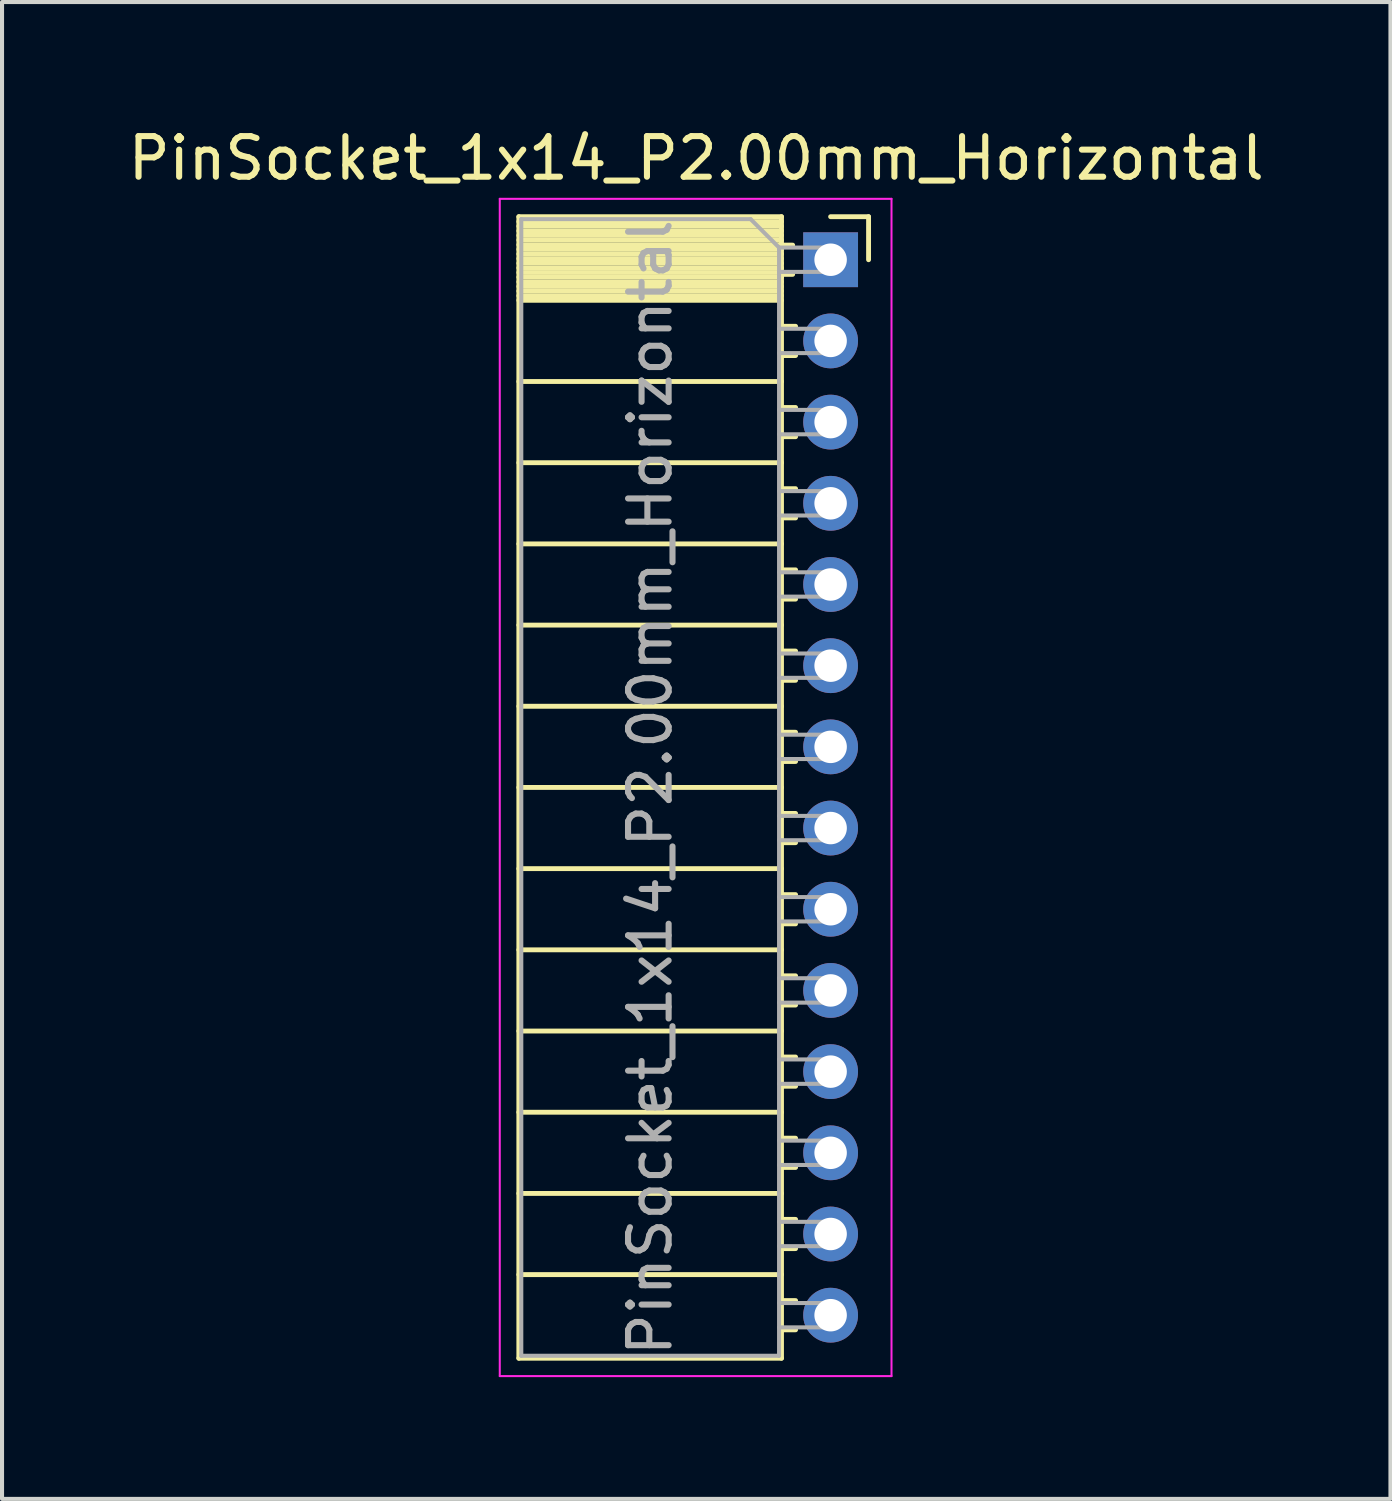
<source format=kicad_pcb>
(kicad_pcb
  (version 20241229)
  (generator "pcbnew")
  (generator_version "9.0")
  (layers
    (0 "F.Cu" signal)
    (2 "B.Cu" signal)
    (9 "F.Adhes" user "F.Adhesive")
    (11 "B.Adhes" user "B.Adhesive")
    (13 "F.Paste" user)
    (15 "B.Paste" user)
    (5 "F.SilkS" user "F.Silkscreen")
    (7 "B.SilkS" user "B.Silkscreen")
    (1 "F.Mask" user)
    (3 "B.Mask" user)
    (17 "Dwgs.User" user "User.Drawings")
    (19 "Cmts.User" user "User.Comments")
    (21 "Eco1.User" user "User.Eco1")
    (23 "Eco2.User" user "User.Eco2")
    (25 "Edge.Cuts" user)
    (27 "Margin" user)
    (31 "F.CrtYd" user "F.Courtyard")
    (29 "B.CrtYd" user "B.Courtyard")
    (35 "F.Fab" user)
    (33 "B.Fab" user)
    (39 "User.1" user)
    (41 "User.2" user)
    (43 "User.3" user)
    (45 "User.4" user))
  (footprint "PinSocket_1x14_P2.00mm_Horizontal"
    (layer "F.Cu")
    (at 17.411 3.348)
    (property "Reference" "PinSocket_1x14_P2.00mm_Horizontal" (at -3.31 -2.5 0) (layer "F.SilkS") (effects (font (size 1 1) (thickness 0.15))))
    (attr through_hole)
    (fp_line (start -7.68 -1.06) (end -7.68 27.06) (stroke (width 0.12) (type solid)) (layer "F.SilkS"))
    (fp_line (start -7.68 -1.06) (end -1.21 -1.06) (stroke (width 0.12) (type solid)) (layer "F.SilkS"))
    (fp_line (start -7.68 -0.94) (end -1.21 -0.94) (stroke (width 0.12) (type solid)) (layer "F.SilkS"))
    (fp_line (start -7.68 -0.826) (end -1.21 -0.826) (stroke (width 0.12) (type solid)) (layer "F.SilkS"))
    (fp_line (start -7.68 -0.712) (end -1.21 -0.712) (stroke (width 0.12) (type solid)) (layer "F.SilkS"))
    (fp_line (start -7.68 -0.598) (end -1.21 -0.598) (stroke (width 0.12) (type solid)) (layer "F.SilkS"))
    (fp_line (start -7.68 -0.484) (end -1.21 -0.484) (stroke (width 0.12) (type solid)) (layer "F.SilkS"))
    (fp_line (start -7.68 -0.369) (end -1.21 -0.369) (stroke (width 0.12) (type solid)) (layer "F.SilkS"))
    (fp_line (start -7.68 -0.255) (end -1.21 -0.255) (stroke (width 0.12) (type solid)) (layer "F.SilkS"))
    (fp_line (start -7.68 -0.141) (end -1.21 -0.141) (stroke (width 0.12) (type solid)) (layer "F.SilkS"))
    (fp_line (start -7.68 -0.027) (end -1.21 -0.027) (stroke (width 0.12) (type solid)) (layer "F.SilkS"))
    (fp_line (start -7.68 0.087) (end -1.21 0.087) (stroke (width 0.12) (type solid)) (layer "F.SilkS"))
    (fp_line (start -7.68 0.201) (end -1.21 0.201) (stroke (width 0.12) (type solid)) (layer "F.SilkS"))
    (fp_line (start -7.68 0.315) (end -1.21 0.315) (stroke (width 0.12) (type solid)) (layer "F.SilkS"))
    (fp_line (start -7.68 0.429) (end -1.21 0.429) (stroke (width 0.12) (type solid)) (layer "F.SilkS"))
    (fp_line (start -7.68 0.544) (end -1.21 0.544) (stroke (width 0.12) (type solid)) (layer "F.SilkS"))
    (fp_line (start -7.68 0.658) (end -1.21 0.658) (stroke (width 0.12) (type solid)) (layer "F.SilkS"))
    (fp_line (start -7.68 0.772) (end -1.21 0.772) (stroke (width 0.12) (type solid)) (layer "F.SilkS"))
    (fp_line (start -7.68 0.886) (end -1.21 0.886) (stroke (width 0.12) (type solid)) (layer "F.SilkS"))
    (fp_line (start -7.68 1) (end -1.21 1) (stroke (width 0.12) (type solid)) (layer "F.SilkS"))
    (fp_line (start -7.68 3) (end -1.21 3) (stroke (width 0.12) (type solid)) (layer "F.SilkS"))
    (fp_line (start -7.68 5) (end -1.21 5) (stroke (width 0.12) (type solid)) (layer "F.SilkS"))
    (fp_line (start -7.68 7) (end -1.21 7) (stroke (width 0.12) (type solid)) (layer "F.SilkS"))
    (fp_line (start -7.68 9) (end -1.21 9) (stroke (width 0.12) (type solid)) (layer "F.SilkS"))
    (fp_line (start -7.68 11) (end -1.21 11) (stroke (width 0.12) (type solid)) (layer "F.SilkS"))
    (fp_line (start -7.68 13) (end -1.21 13) (stroke (width 0.12) (type solid)) (layer "F.SilkS"))
    (fp_line (start -7.68 15) (end -1.21 15) (stroke (width 0.12) (type solid)) (layer "F.SilkS"))
    (fp_line (start -7.68 17) (end -1.21 17) (stroke (width 0.12) (type solid)) (layer "F.SilkS"))
    (fp_line (start -7.68 19) (end -1.21 19) (stroke (width 0.12) (type solid)) (layer "F.SilkS"))
    (fp_line (start -7.68 21) (end -1.21 21) (stroke (width 0.12) (type solid)) (layer "F.SilkS"))
    (fp_line (start -7.68 23) (end -1.21 23) (stroke (width 0.12) (type solid)) (layer "F.SilkS"))
    (fp_line (start -7.68 25) (end -1.21 25) (stroke (width 0.12) (type solid)) (layer "F.SilkS"))
    (fp_line (start -7.68 27.06) (end -1.21 27.06) (stroke (width 0.12) (type solid)) (layer "F.SilkS"))
    (fp_line (start -1.21 -1.06) (end -1.21 27.06) (stroke (width 0.12) (type solid)) (layer "F.SilkS"))
    (fp_line (start -1.21 -0.36) (end -0.935 -0.36) (stroke (width 0.12) (type solid)) (layer "F.SilkS"))
    (fp_line (start -1.21 0.36) (end -0.935 0.36) (stroke (width 0.12) (type solid)) (layer "F.SilkS"))
    (fp_line (start -1.21 1.64) (end -0.863 1.64) (stroke (width 0.12) (type solid)) (layer "F.SilkS"))
    (fp_line (start -1.21 2.36) (end -0.863 2.36) (stroke (width 0.12) (type solid)) (layer "F.SilkS"))
    (fp_line (start -1.21 3.64) (end -0.863 3.64) (stroke (width 0.12) (type solid)) (layer "F.SilkS"))
    (fp_line (start -1.21 4.36) (end -0.863 4.36) (stroke (width 0.12) (type solid)) (layer "F.SilkS"))
    (fp_line (start -1.21 5.64) (end -0.863 5.64) (stroke (width 0.12) (type solid)) (layer "F.SilkS"))
    (fp_line (start -1.21 6.36) (end -0.863 6.36) (stroke (width 0.12) (type solid)) (layer "F.SilkS"))
    (fp_line (start -1.21 7.64) (end -0.863 7.64) (stroke (width 0.12) (type solid)) (layer "F.SilkS"))
    (fp_line (start -1.21 8.36) (end -0.863 8.36) (stroke (width 0.12) (type solid)) (layer "F.SilkS"))
    (fp_line (start -1.21 9.64) (end -0.863 9.64) (stroke (width 0.12) (type solid)) (layer "F.SilkS"))
    (fp_line (start -1.21 10.36) (end -0.863 10.36) (stroke (width 0.12) (type solid)) (layer "F.SilkS"))
    (fp_line (start -1.21 11.64) (end -0.863 11.64) (stroke (width 0.12) (type solid)) (layer "F.SilkS"))
    (fp_line (start -1.21 12.36) (end -0.863 12.36) (stroke (width 0.12) (type solid)) (layer "F.SilkS"))
    (fp_line (start -1.21 13.64) (end -0.863 13.64) (stroke (width 0.12) (type solid)) (layer "F.SilkS"))
    (fp_line (start -1.21 14.36) (end -0.863 14.36) (stroke (width 0.12) (type solid)) (layer "F.SilkS"))
    (fp_line (start -1.21 15.64) (end -0.863 15.64) (stroke (width 0.12) (type solid)) (layer "F.SilkS"))
    (fp_line (start -1.21 16.36) (end -0.863 16.36) (stroke (width 0.12) (type solid)) (layer "F.SilkS"))
    (fp_line (start -1.21 17.64) (end -0.863 17.64) (stroke (width 0.12) (type solid)) (layer "F.SilkS"))
    (fp_line (start -1.21 18.36) (end -0.863 18.36) (stroke (width 0.12) (type solid)) (layer "F.SilkS"))
    (fp_line (start -1.21 19.64) (end -0.863 19.64) (stroke (width 0.12) (type solid)) (layer "F.SilkS"))
    (fp_line (start -1.21 20.36) (end -0.863 20.36) (stroke (width 0.12) (type solid)) (layer "F.SilkS"))
    (fp_line (start -1.21 21.64) (end -0.863 21.64) (stroke (width 0.12) (type solid)) (layer "F.SilkS"))
    (fp_line (start -1.21 22.36) (end -0.863 22.36) (stroke (width 0.12) (type solid)) (layer "F.SilkS"))
    (fp_line (start -1.21 23.64) (end -0.863 23.64) (stroke (width 0.12) (type solid)) (layer "F.SilkS"))
    (fp_line (start -1.21 24.36) (end -0.863 24.36) (stroke (width 0.12) (type solid)) (layer "F.SilkS"))
    (fp_line (start -1.21 25.64) (end -0.863 25.64) (stroke (width 0.12) (type solid)) (layer "F.SilkS"))
    (fp_line (start -1.21 26.36) (end -0.863 26.36) (stroke (width 0.12) (type solid)) (layer "F.SilkS"))
    (fp_line (start 0 -1.06) (end 0.935 -1.06) (stroke (width 0.12) (type solid)) (layer "F.SilkS"))
    (fp_line (start 0.935 -1.06) (end 0.935 0) (stroke (width 0.12) (type solid)) (layer "F.SilkS"))
    (fp_line (start -8.15 -1.5) (end -8.15 27.5) (stroke (width 0.05) (type solid)) (layer "F.CrtYd"))
    (fp_line (start -8.15 27.5) (end 1.5 27.5) (stroke (width 0.05) (type solid)) (layer "F.CrtYd"))
    (fp_line (start 1.5 -1.5) (end -8.15 -1.5) (stroke (width 0.05) (type solid)) (layer "F.CrtYd"))
    (fp_line (start 1.5 27.5) (end 1.5 -1.5) (stroke (width 0.05) (type solid)) (layer "F.CrtYd"))
    (fp_line (start -7.62 -1) (end -1.97 -1) (stroke (width 0.1) (type solid)) (layer "F.Fab"))
    (fp_line (start -7.62 27) (end -7.62 -1) (stroke (width 0.1) (type solid)) (layer "F.Fab"))
    (fp_line (start -1.97 -1) (end -1.27 -0.3) (stroke (width 0.1) (type solid)) (layer "F.Fab"))
    (fp_line (start -1.27 -0.3) (end -1.27 27) (stroke (width 0.1) (type solid)) (layer "F.Fab"))
    (fp_line (start -1.27 0.3) (end 0 0.3) (stroke (width 0.1) (type solid)) (layer "F.Fab"))
    (fp_line (start -1.27 2.3) (end 0 2.3) (stroke (width 0.1) (type solid)) (layer "F.Fab"))
    (fp_line (start -1.27 4.3) (end 0 4.3) (stroke (width 0.1) (type solid)) (layer "F.Fab"))
    (fp_line (start -1.27 6.3) (end 0 6.3) (stroke (width 0.1) (type solid)) (layer "F.Fab"))
    (fp_line (start -1.27 8.3) (end 0 8.3) (stroke (width 0.1) (type solid)) (layer "F.Fab"))
    (fp_line (start -1.27 10.3) (end 0 10.3) (stroke (width 0.1) (type solid)) (layer "F.Fab"))
    (fp_line (start -1.27 12.3) (end 0 12.3) (stroke (width 0.1) (type solid)) (layer "F.Fab"))
    (fp_line (start -1.27 14.3) (end 0 14.3) (stroke (width 0.1) (type solid)) (layer "F.Fab"))
    (fp_line (start -1.27 16.3) (end 0 16.3) (stroke (width 0.1) (type solid)) (layer "F.Fab"))
    (fp_line (start -1.27 18.3) (end 0 18.3) (stroke (width 0.1) (type solid)) (layer "F.Fab"))
    (fp_line (start -1.27 20.3) (end 0 20.3) (stroke (width 0.1) (type solid)) (layer "F.Fab"))
    (fp_line (start -1.27 22.3) (end 0 22.3) (stroke (width 0.1) (type solid)) (layer "F.Fab"))
    (fp_line (start -1.27 24.3) (end 0 24.3) (stroke (width 0.1) (type solid)) (layer "F.Fab"))
    (fp_line (start -1.27 26.3) (end 0 26.3) (stroke (width 0.1) (type solid)) (layer "F.Fab"))
    (fp_line (start -1.27 27) (end -7.62 27) (stroke (width 0.1) (type solid)) (layer "F.Fab"))
    (fp_line (start 0 -0.3) (end -1.27 -0.3) (stroke (width 0.1) (type solid)) (layer "F.Fab"))
    (fp_line (start 0 0.3) (end 0 -0.3) (stroke (width 0.1) (type solid)) (layer "F.Fab"))
    (fp_line (start 0 1.7) (end -1.27 1.7) (stroke (width 0.1) (type solid)) (layer "F.Fab"))
    (fp_line (start 0 2.3) (end 0 1.7) (stroke (width 0.1) (type solid)) (layer "F.Fab"))
    (fp_line (start 0 3.7) (end -1.27 3.7) (stroke (width 0.1) (type solid)) (layer "F.Fab"))
    (fp_line (start 0 4.3) (end 0 3.7) (stroke (width 0.1) (type solid)) (layer "F.Fab"))
    (fp_line (start 0 5.7) (end -1.27 5.7) (stroke (width 0.1) (type solid)) (layer "F.Fab"))
    (fp_line (start 0 6.3) (end 0 5.7) (stroke (width 0.1) (type solid)) (layer "F.Fab"))
    (fp_line (start 0 7.7) (end -1.27 7.7) (stroke (width 0.1) (type solid)) (layer "F.Fab"))
    (fp_line (start 0 8.3) (end 0 7.7) (stroke (width 0.1) (type solid)) (layer "F.Fab"))
    (fp_line (start 0 9.7) (end -1.27 9.7) (stroke (width 0.1) (type solid)) (layer "F.Fab"))
    (fp_line (start 0 10.3) (end 0 9.7) (stroke (width 0.1) (type solid)) (layer "F.Fab"))
    (fp_line (start 0 11.7) (end -1.27 11.7) (stroke (width 0.1) (type solid)) (layer "F.Fab"))
    (fp_line (start 0 12.3) (end 0 11.7) (stroke (width 0.1) (type solid)) (layer "F.Fab"))
    (fp_line (start 0 13.7) (end -1.27 13.7) (stroke (width 0.1) (type solid)) (layer "F.Fab"))
    (fp_line (start 0 14.3) (end 0 13.7) (stroke (width 0.1) (type solid)) (layer "F.Fab"))
    (fp_line (start 0 15.7) (end -1.27 15.7) (stroke (width 0.1) (type solid)) (layer "F.Fab"))
    (fp_line (start 0 16.3) (end 0 15.7) (stroke (width 0.1) (type solid)) (layer "F.Fab"))
    (fp_line (start 0 17.7) (end -1.27 17.7) (stroke (width 0.1) (type solid)) (layer "F.Fab"))
    (fp_line (start 0 18.3) (end 0 17.7) (stroke (width 0.1) (type solid)) (layer "F.Fab"))
    (fp_line (start 0 19.7) (end -1.27 19.7) (stroke (width 0.1) (type solid)) (layer "F.Fab"))
    (fp_line (start 0 20.3) (end 0 19.7) (stroke (width 0.1) (type solid)) (layer "F.Fab"))
    (fp_line (start 0 21.7) (end -1.27 21.7) (stroke (width 0.1) (type solid)) (layer "F.Fab"))
    (fp_line (start 0 22.3) (end 0 21.7) (stroke (width 0.1) (type solid)) (layer "F.Fab"))
    (fp_line (start 0 23.7) (end -1.27 23.7) (stroke (width 0.1) (type solid)) (layer "F.Fab"))
    (fp_line (start 0 24.3) (end 0 23.7) (stroke (width 0.1) (type solid)) (layer "F.Fab"))
    (fp_line (start 0 25.7) (end -1.27 25.7) (stroke (width 0.1) (type solid)) (layer "F.Fab"))
    (fp_line (start 0 26.3) (end 0 25.7) (stroke (width 0.1) (type solid)) (layer "F.Fab"))
    (fp_text user "${REFERENCE}" (at -4.445 13 90) (layer "F.Fab") (effects (font (size 1 1) (thickness 0.15))))
    (pad "1" thru_hole rect (at 0 0) (size 1.35 1.35) (drill 0.8) (layers "*.Cu" "*.Mask"))
    (pad "2" thru_hole oval (at 0 2) (size 1.35 1.35) (drill 0.8) (layers "*.Cu" "*.Mask"))
    (pad "3" thru_hole oval (at 0 4) (size 1.35 1.35) (drill 0.8) (layers "*.Cu" "*.Mask"))
    (pad "4" thru_hole oval (at 0 6) (size 1.35 1.35) (drill 0.8) (layers "*.Cu" "*.Mask"))
    (pad "5" thru_hole oval (at 0 8) (size 1.35 1.35) (drill 0.8) (layers "*.Cu" "*.Mask"))
    (pad "6" thru_hole oval (at 0 10) (size 1.35 1.35) (drill 0.8) (layers "*.Cu" "*.Mask"))
    (pad "7" thru_hole oval (at 0 12) (size 1.35 1.35) (drill 0.8) (layers "*.Cu" "*.Mask"))
    (pad "8" thru_hole oval (at 0 14) (size 1.35 1.35) (drill 0.8) (layers "*.Cu" "*.Mask"))
    (pad "9" thru_hole oval (at 0 16) (size 1.35 1.35) (drill 0.8) (layers "*.Cu" "*.Mask"))
    (pad "10" thru_hole oval (at 0 18) (size 1.35 1.35) (drill 0.8) (layers "*.Cu" "*.Mask"))
    (pad "11" thru_hole oval (at 0 20) (size 1.35 1.35) (drill 0.8) (layers "*.Cu" "*.Mask"))
    (pad "12" thru_hole oval (at 0 22) (size 1.35 1.35) (drill 0.8) (layers "*.Cu" "*.Mask"))
    (pad "13" thru_hole oval (at 0 24) (size 1.35 1.35) (drill 0.8) (layers "*.Cu" "*.Mask"))
    (pad "14" thru_hole oval (at 0 26) (size 1.35 1.35) (drill 0.8) (layers "*.Cu" "*.Mask")))
  (gr_rect
    (start -3 -3)
    (end 31.202 33.873)
    (stroke (width 0.1) (type default))
    (fill no)
    (layer "Edge.Cuts")))
</source>
